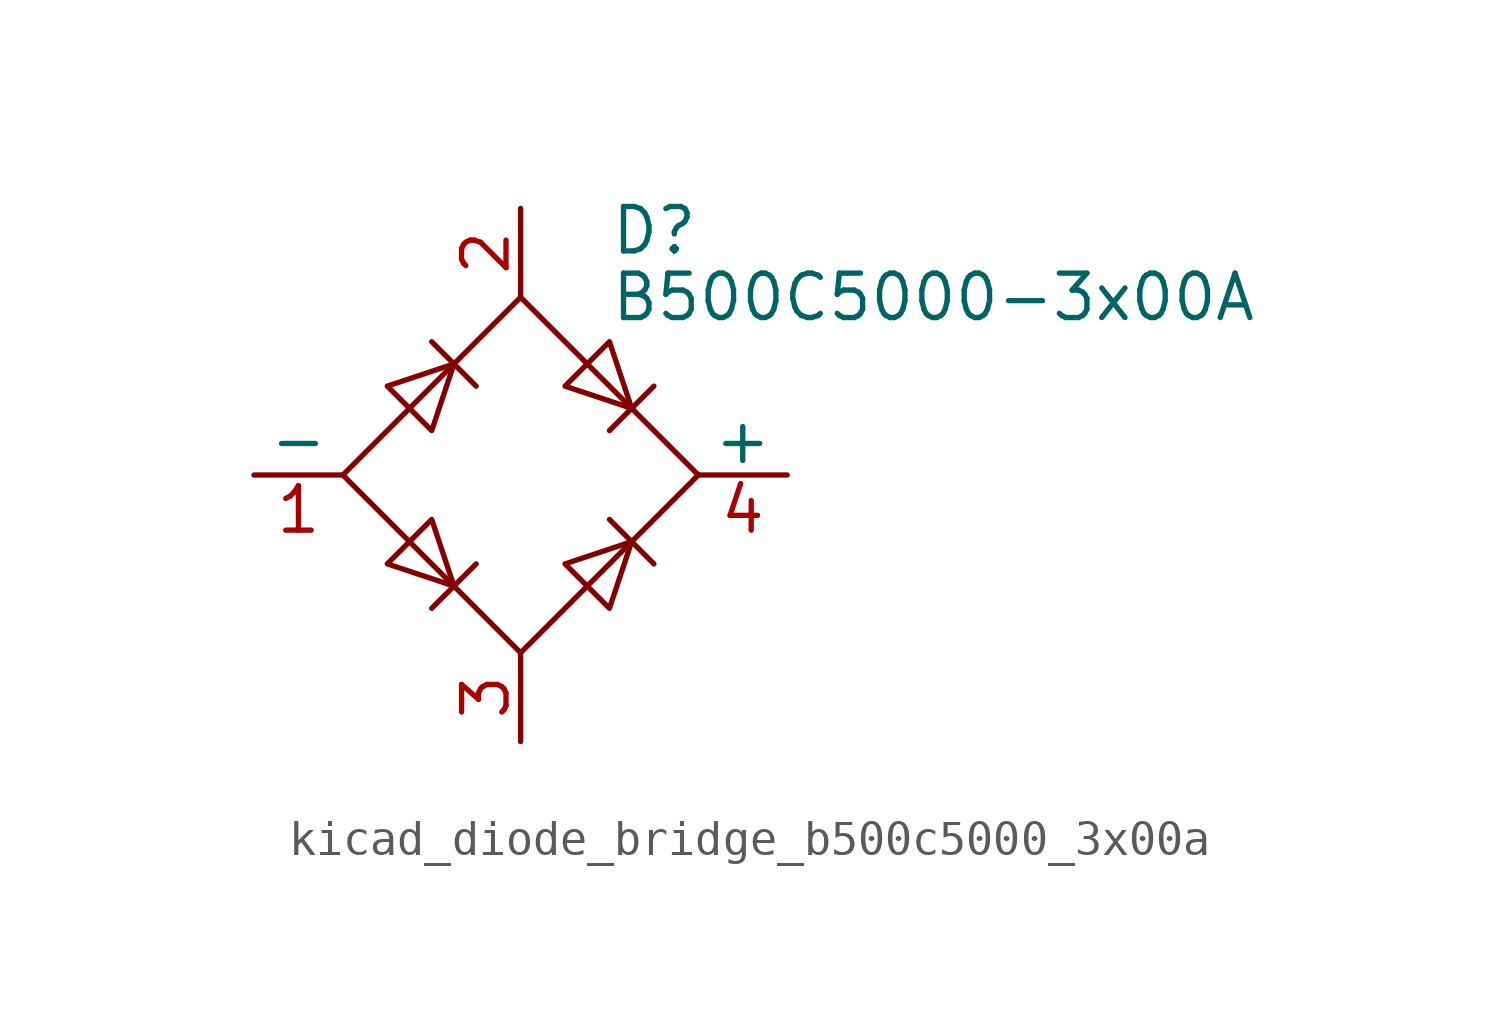
<source format=kicad_sym>
(kicad_symbol_lib
  (version 20220914)
  (generator kicad_symbol_editor)
  (symbol "kicad_diode_bridge_b500c5000_3x00a"
    (pin_names
      (offset 0))
    (property "Reference" "D"
      (at 2.54 6.985 0)
      (effects (font (size 1.27 1.27)) (justify left)))
    (property "Value" "B500C5000-3x00A"
      (at 2.54 5.08 0)
      (effects (font (size 1.27 1.27)) (justify left)))
    (symbol "kicad_diode_bridge_b500c5000_3x00a_0_1"
      (polyline (pts (xy -2.54 3.81) (xy -1.27 2.54)) (stroke (width 0) (type default)) (fill (type none)))
      (polyline (pts (xy -1.27 -2.54) (xy -2.54 -3.81)) (stroke (width 0) (type default)) (fill (type none)))
      (polyline (pts (xy 2.54 -1.27) (xy 3.81 -2.54)) (stroke (width 0) (type default)) (fill (type none)))
      (polyline (pts (xy 2.54 1.27) (xy 3.81 2.54)) (stroke (width 0) (type default)) (fill (type none)))
      (polyline (pts (xy -3.81 2.54) (xy -2.54 1.27) (xy -1.905 3.175) (xy -3.81 2.54)) (stroke (width 0) (type default)) (fill (type none)))
      (polyline (pts (xy -2.54 -1.27) (xy -3.81 -2.54) (xy -1.905 -3.175) (xy -2.54 -1.27)) (stroke (width 0) (type default)) (fill (type none)))
      (polyline (pts (xy 1.27 2.54) (xy 2.54 3.81) (xy 3.175 1.905) (xy 1.27 2.54)) (stroke (width 0) (type default)) (fill (type none)))
      (polyline (pts (xy 3.175 -1.905) (xy 1.27 -2.54) (xy 2.54 -3.81) (xy 3.175 -1.905)) (stroke (width 0) (type default)) (fill (type none)))
      (polyline (pts (xy -5.08 0) (xy 0 -5.08) (xy 5.08 0) (xy 0 5.08) (xy -5.08 0)) (stroke (width 0) (type default)) (fill (type none))))
    (symbol "kicad_diode_bridge_b500c5000_3x00a_1_1"
      (pin passive line (at -7.62 0 0) (length 2.54) (name "-" (effects (font (size 1.27 1.27)))) (number "1" (effects (font (size 1.27 1.27)))))
      (pin passive line (at 0 7.62 270) (length 2.54) (name "~" (effects (font (size 1.27 1.27)))) (number "2" (effects (font (size 1.27 1.27)))))
      (pin passive line (at 0 -7.62 90) (length 2.54) (name "~" (effects (font (size 1.27 1.27)))) (number "3" (effects (font (size 1.27 1.27)))))
      (pin passive line (at 7.62 0 180) (length 2.54) (name "+" (effects (font (size 1.27 1.27)))) (number "4" (effects (font (size 1.27 1.27))))))))
</source>
